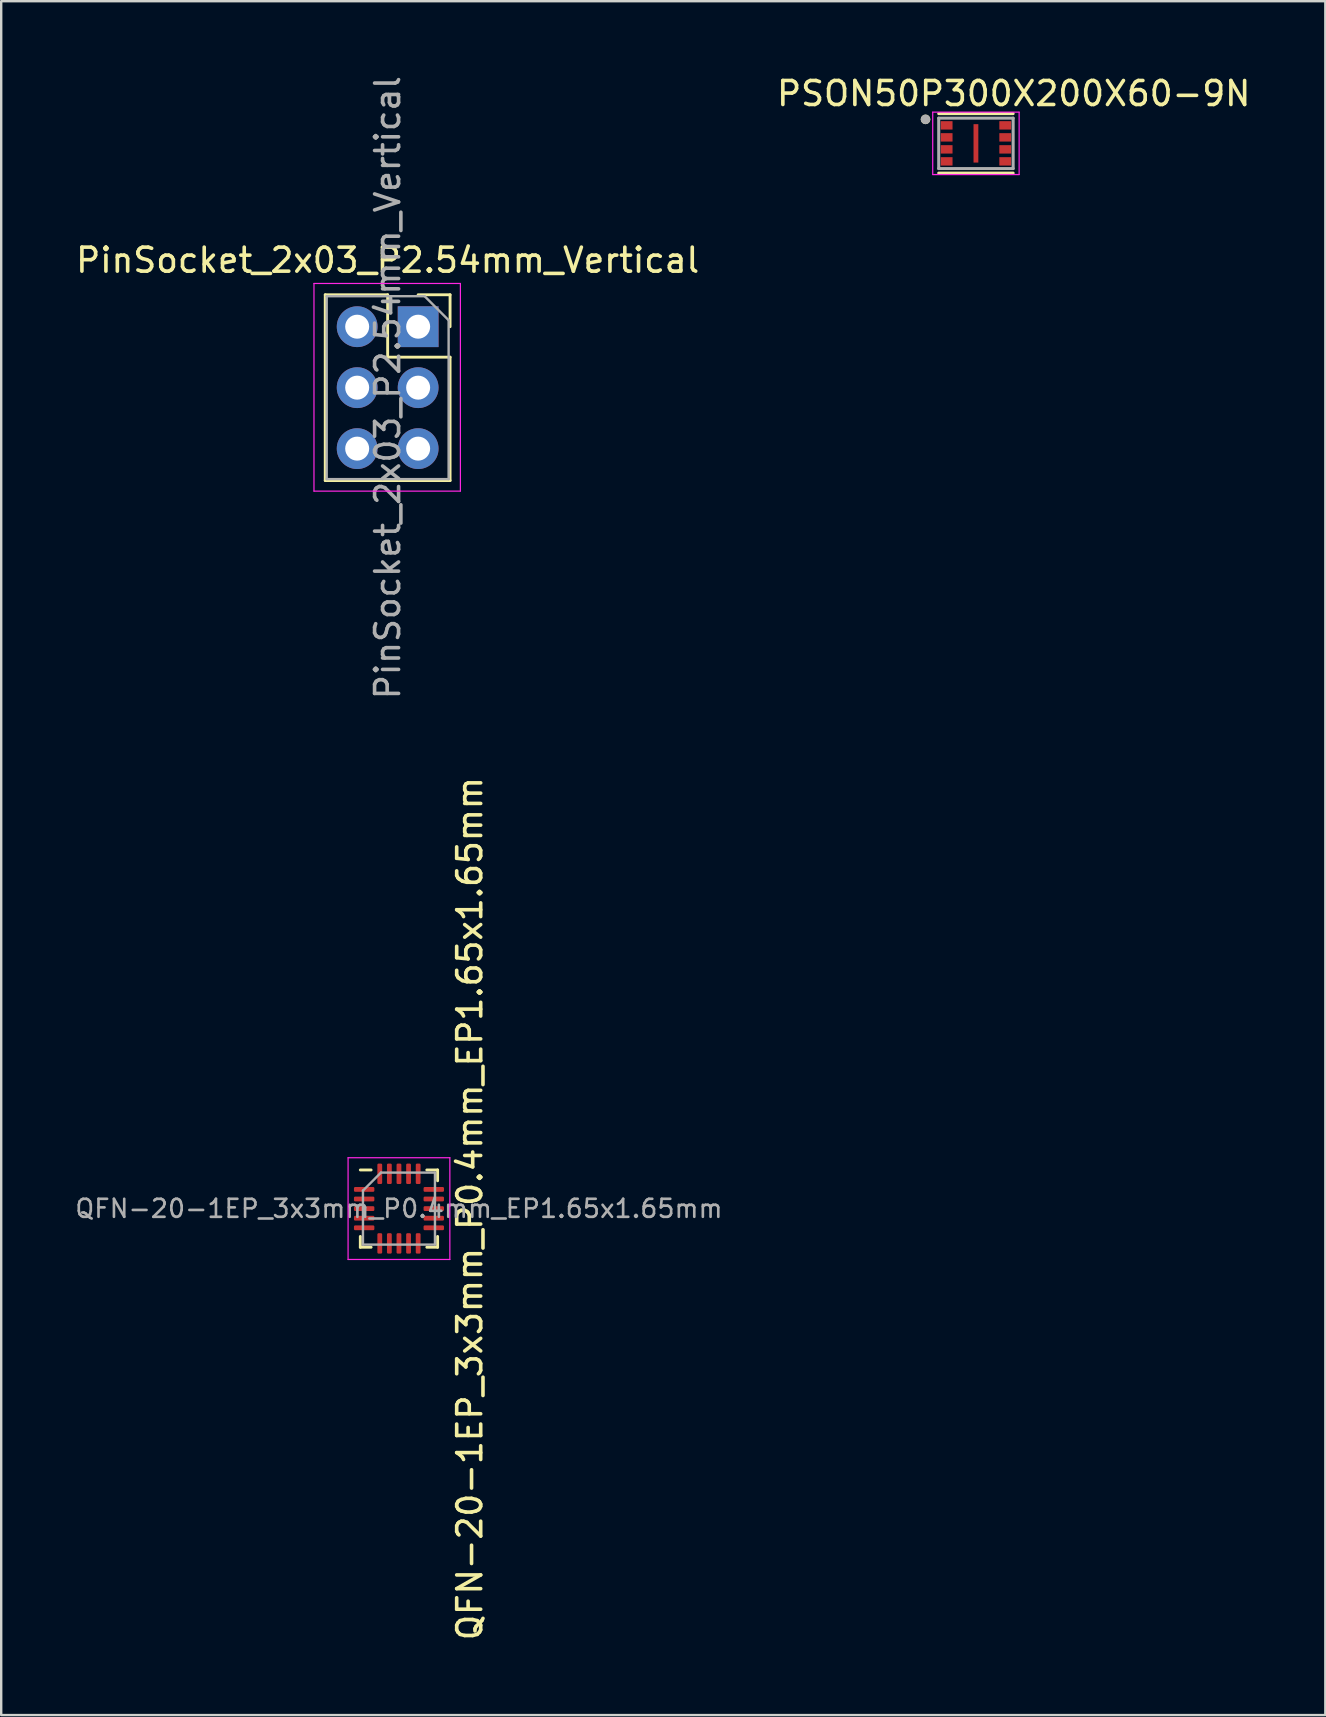
<source format=kicad_pcb>
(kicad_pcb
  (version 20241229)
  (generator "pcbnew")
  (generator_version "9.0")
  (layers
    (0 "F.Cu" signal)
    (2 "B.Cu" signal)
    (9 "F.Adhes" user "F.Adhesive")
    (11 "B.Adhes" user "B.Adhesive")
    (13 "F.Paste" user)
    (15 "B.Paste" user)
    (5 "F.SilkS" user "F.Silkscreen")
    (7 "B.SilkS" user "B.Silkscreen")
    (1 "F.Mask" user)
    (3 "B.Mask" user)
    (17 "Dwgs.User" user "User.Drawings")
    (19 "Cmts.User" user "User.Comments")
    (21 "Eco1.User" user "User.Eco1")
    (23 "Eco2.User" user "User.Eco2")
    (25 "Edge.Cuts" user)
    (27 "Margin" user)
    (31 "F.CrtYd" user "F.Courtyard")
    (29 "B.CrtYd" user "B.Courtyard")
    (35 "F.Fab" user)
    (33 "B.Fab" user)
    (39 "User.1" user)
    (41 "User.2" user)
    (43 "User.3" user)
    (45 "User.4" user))
  (footprint "QFN-20-1EP_3x3mm_P0.4mm_EP1.65x1.65mm"
    (layer "F.Cu")
    (at 13.572 47.304)
    (property "Reference" "QFN-20-1EP_3x3mm_P0.4mm_EP1.65x1.65mm" (at 2.95 0 270) (layer "F.SilkS") (effects (font (size 1 1) (thickness 0.15))))
    (attr smd)
    (fp_line (start -1.61 1.61) (end -1.61 1.16) (stroke (width 0.12) (type solid)) (layer "F.SilkS"))
    (fp_line (start -1.16 -1.61) (end -1.61 -1.61) (stroke (width 0.12) (type solid)) (layer "F.SilkS"))
    (fp_line (start -1.16 1.61) (end -1.61 1.61) (stroke (width 0.12) (type solid)) (layer "F.SilkS"))
    (fp_line (start 1.16 -1.61) (end 1.61 -1.61) (stroke (width 0.12) (type solid)) (layer "F.SilkS"))
    (fp_line (start 1.16 1.61) (end 1.61 1.61) (stroke (width 0.12) (type solid)) (layer "F.SilkS"))
    (fp_line (start 1.61 -1.61) (end 1.61 -1.16) (stroke (width 0.12) (type solid)) (layer "F.SilkS"))
    (fp_line (start 1.61 1.61) (end 1.61 1.16) (stroke (width 0.12) (type solid)) (layer "F.SilkS"))
    (fp_line (start -2.12 -2.12) (end -2.12 2.12) (stroke (width 0.05) (type solid)) (layer "F.CrtYd"))
    (fp_line (start -2.12 2.12) (end 2.12 2.12) (stroke (width 0.05) (type solid)) (layer "F.CrtYd"))
    (fp_line (start 2.12 -2.12) (end -2.12 -2.12) (stroke (width 0.05) (type solid)) (layer "F.CrtYd"))
    (fp_line (start 2.12 2.12) (end 2.12 -2.12) (stroke (width 0.05) (type solid)) (layer "F.CrtYd"))
    (fp_line (start -1.5 -0.75) (end -0.75 -1.5) (stroke (width 0.1) (type solid)) (layer "F.Fab"))
    (fp_line (start -1.5 1.5) (end -1.5 -0.75) (stroke (width 0.1) (type solid)) (layer "F.Fab"))
    (fp_line (start -0.75 -1.5) (end 1.5 -1.5) (stroke (width 0.1) (type solid)) (layer "F.Fab"))
    (fp_line (start 1.5 -1.5) (end 1.5 1.5) (stroke (width 0.1) (type solid)) (layer "F.Fab"))
    (fp_line (start 1.5 1.5) (end -1.5 1.5) (stroke (width 0.1) (type solid)) (layer "F.Fab"))
    (fp_text user "${REFERENCE}" (at 0 0 0) (layer "F.Fab") (effects (font (size 0.75 0.75) (thickness 0.11))))
    (pad "1" smd roundrect (at -1.45 -0.8) (size 0.85 0.2) (layers "F.Cu" "F.Mask" "F.Paste") (roundrect_rratio 0.25))
    (pad "2" smd roundrect (at -1.45 -0.4) (size 0.85 0.2) (layers "F.Cu" "F.Mask" "F.Paste") (roundrect_rratio 0.25))
    (pad "3" smd roundrect (at -1.45 0) (size 0.85 0.2) (layers "F.Cu" "F.Mask" "F.Paste") (roundrect_rratio 0.25))
    (pad "4" smd roundrect (at -1.45 0.4) (size 0.85 0.2) (layers "F.Cu" "F.Mask" "F.Paste") (roundrect_rratio 0.25))
    (pad "5" smd roundrect (at -1.45 0.8) (size 0.85 0.2) (layers "F.Cu" "F.Mask" "F.Paste") (roundrect_rratio 0.25))
    (pad "6" smd roundrect (at -0.8 1.45) (size 0.2 0.85) (layers "F.Cu" "F.Mask" "F.Paste") (roundrect_rratio 0.25))
    (pad "7" smd roundrect (at -0.4 1.45) (size 0.2 0.85) (layers "F.Cu" "F.Mask" "F.Paste") (roundrect_rratio 0.25))
    (pad "8" smd roundrect (at 0 1.45) (size 0.2 0.85) (layers "F.Cu" "F.Mask" "F.Paste") (roundrect_rratio 0.25))
    (pad "9" smd roundrect (at 0.4 1.45) (size 0.2 0.85) (layers "F.Cu" "F.Mask" "F.Paste") (roundrect_rratio 0.25))
    (pad "10" smd roundrect (at 0.8 1.45) (size 0.2 0.85) (layers "F.Cu" "F.Mask" "F.Paste") (roundrect_rratio 0.25))
    (pad "11" smd roundrect (at 1.45 0.8) (size 0.85 0.2) (layers "F.Cu" "F.Mask" "F.Paste") (roundrect_rratio 0.25))
    (pad "12" smd roundrect (at 1.45 0.4) (size 0.85 0.2) (layers "F.Cu" "F.Mask" "F.Paste") (roundrect_rratio 0.25))
    (pad "13" smd roundrect (at 1.45 0) (size 0.85 0.2) (layers "F.Cu" "F.Mask" "F.Paste") (roundrect_rratio 0.25))
    (pad "14" smd roundrect (at 1.45 -0.4) (size 0.85 0.2) (layers "F.Cu" "F.Mask" "F.Paste") (roundrect_rratio 0.25))
    (pad "15" smd roundrect (at 1.45 -0.8) (size 0.85 0.2) (layers "F.Cu" "F.Mask" "F.Paste") (roundrect_rratio 0.25))
    (pad "16" smd roundrect (at 0.8 -1.45) (size 0.2 0.85) (layers "F.Cu" "F.Mask" "F.Paste") (roundrect_rratio 0.25))
    (pad "17" smd roundrect (at 0.4 -1.45) (size 0.2 0.85) (layers "F.Cu" "F.Mask" "F.Paste") (roundrect_rratio 0.25))
    (pad "18" smd roundrect (at 0 -1.45) (size 0.2 0.85) (layers "F.Cu" "F.Mask" "F.Paste") (roundrect_rratio 0.25))
    (pad "19" smd roundrect (at -0.4 -1.45) (size 0.2 0.85) (layers "F.Cu" "F.Mask" "F.Paste") (roundrect_rratio 0.25))
    (pad "20" smd roundrect (at -0.8 -1.45) (size 0.2 0.85) (layers "F.Cu" "F.Mask" "F.Paste") (roundrect_rratio 0.25)))
  (footprint "PinSocket_2x03_P2.54mm_Vertical"
    (layer "F.Cu")
    (at 14.371 10.561)
    (property "Reference" "PinSocket_2x03_P2.54mm_Vertical" (at -1.27 -2.77 180) (layer "F.SilkS") (effects (font (size 1 1) (thickness 0.15))))
    (attr through_hole)
    (fp_line (start -3.87 -1.33) (end -3.87 6.41) (stroke (width 0.12) (type solid)) (layer "F.SilkS"))
    (fp_line (start -3.87 -1.33) (end -1.27 -1.33) (stroke (width 0.12) (type solid)) (layer "F.SilkS"))
    (fp_line (start -3.87 6.41) (end 1.33 6.41) (stroke (width 0.12) (type solid)) (layer "F.SilkS"))
    (fp_line (start -1.27 -1.33) (end -1.27 1.27) (stroke (width 0.12) (type solid)) (layer "F.SilkS"))
    (fp_line (start -1.27 1.27) (end 1.33 1.27) (stroke (width 0.12) (type solid)) (layer "F.SilkS"))
    (fp_line (start 0 -1.33) (end 1.33 -1.33) (stroke (width 0.12) (type solid)) (layer "F.SilkS"))
    (fp_line (start 1.33 -1.33) (end 1.33 0) (stroke (width 0.12) (type solid)) (layer "F.SilkS"))
    (fp_line (start 1.33 1.27) (end 1.33 6.41) (stroke (width 0.12) (type solid)) (layer "F.SilkS"))
    (fp_line (start -4.34 -1.8) (end 1.76 -1.8) (stroke (width 0.05) (type solid)) (layer "F.CrtYd"))
    (fp_line (start -4.34 6.85) (end -4.34 -1.8) (stroke (width 0.05) (type solid)) (layer "F.CrtYd"))
    (fp_line (start 1.76 -1.8) (end 1.76 6.85) (stroke (width 0.05) (type solid)) (layer "F.CrtYd"))
    (fp_line (start 1.76 6.85) (end -4.34 6.85) (stroke (width 0.05) (type solid)) (layer "F.CrtYd"))
    (fp_line (start -3.81 -1.27) (end 0.27 -1.27) (stroke (width 0.1) (type solid)) (layer "F.Fab"))
    (fp_line (start -3.81 6.35) (end -3.81 -1.27) (stroke (width 0.1) (type solid)) (layer "F.Fab"))
    (fp_line (start 0.27 -1.27) (end 1.27 -0.27) (stroke (width 0.1) (type solid)) (layer "F.Fab"))
    (fp_line (start 1.27 -0.27) (end 1.27 6.35) (stroke (width 0.1) (type solid)) (layer "F.Fab"))
    (fp_line (start 1.27 6.35) (end -3.81 6.35) (stroke (width 0.1) (type solid)) (layer "F.Fab"))
    (fp_text user "${REFERENCE}" (at -1.27 2.54 90) (layer "F.Fab") (effects (font (size 1 1) (thickness 0.15))))
    (pad "1" thru_hole rect (at 0 0) (size 1.7 1.7) (drill 1) (layers "*.Cu" "*.Mask"))
    (pad "2" thru_hole oval (at -2.54 0) (size 1.7 1.7) (drill 1) (layers "*.Cu" "*.Mask"))
    (pad "3" thru_hole oval (at 0 2.54) (size 1.7 1.7) (drill 1) (layers "*.Cu" "*.Mask"))
    (pad "4" thru_hole oval (at -2.54 2.54) (size 1.7 1.7) (drill 1) (layers "*.Cu" "*.Mask"))
    (pad "5" thru_hole oval (at 0 5.08) (size 1.7 1.7) (drill 1) (layers "*.Cu" "*.Mask"))
    (pad "6" thru_hole oval (at -2.54 5.08) (size 1.7 1.7) (drill 1) (layers "*.Cu" "*.Mask")))
  (footprint "PSON50P300X200X60-9N"
    (layer "F.Cu")
    (at 37.61 2.923)
    (property "Reference" "PSON50P300X200X60-9N" (at 1.575 -2.075 0) (layer "F.SilkS") (effects (font (size 1 1) (thickness 0.15))))
    (attr through_hole)
    (fp_line (start -1.55 -1.239) (end 1.55 -1.239) (stroke (width 0.127) (type solid)) (layer "F.SilkS"))
    (fp_line (start -1.55 1.239) (end 1.55 1.239) (stroke (width 0.127) (type solid)) (layer "F.SilkS"))
    (fp_circle (center -2.1 -1) (end -2 -1) (stroke (width 0.2) (type solid)) (fill no) (layer "F.SilkS"))
    (fp_line (start -1.8 -1.3) (end 1.8 -1.3) (stroke (width 0.05) (type solid)) (layer "F.CrtYd"))
    (fp_line (start -1.8 1.3) (end -1.8 -1.3) (stroke (width 0.05) (type solid)) (layer "F.CrtYd"))
    (fp_line (start 1.8 -1.3) (end 1.8 1.3) (stroke (width 0.05) (type solid)) (layer "F.CrtYd"))
    (fp_line (start 1.8 1.3) (end -1.8 1.3) (stroke (width 0.05) (type solid)) (layer "F.CrtYd"))
    (fp_line (start -1.55 -1.05) (end 1.55 -1.05) (stroke (width 0.127) (type solid)) (layer "F.Fab"))
    (fp_line (start -1.55 1.05) (end -1.55 -1.05) (stroke (width 0.127) (type solid)) (layer "F.Fab"))
    (fp_line (start 1.55 -1.05) (end 1.55 1.05) (stroke (width 0.127) (type solid)) (layer "F.Fab"))
    (fp_line (start 1.55 1.05) (end -1.55 1.05) (stroke (width 0.127) (type solid)) (layer "F.Fab"))
    (fp_circle (center -2.1 -1) (end -2 -1) (stroke (width 0.2) (type solid)) (fill no) (layer "F.Fab"))
    (pad "1" smd rect (at -1.22 -0.75) (size 0.49 0.35) (layers "F.Cu" "F.Mask" "F.Paste"))
    (pad "2" smd rect (at -1.22 -0.25) (size 0.49 0.35) (layers "F.Cu" "F.Mask" "F.Paste"))
    (pad "3" smd rect (at -1.22 0.25) (size 0.49 0.35) (layers "F.Cu" "F.Mask" "F.Paste"))
    (pad "4" smd rect (at -1.22 0.75) (size 0.49 0.35) (layers "F.Cu" "F.Mask" "F.Paste"))
    (pad "5" smd rect (at 1.22 0.75 180) (size 0.49 0.35) (layers "F.Cu" "F.Mask" "F.Paste"))
    (pad "6" smd rect (at 1.22 0.25 180) (size 0.49 0.35) (layers "F.Cu" "F.Mask" "F.Paste"))
    (pad "7" smd rect (at 1.22 -0.25 180) (size 0.49 0.35) (layers "F.Cu" "F.Mask" "F.Paste"))
    (pad "8" smd rect (at 1.22 -0.75 180) (size 0.49 0.35) (layers "F.Cu" "F.Mask" "F.Paste"))
    (pad "9" smd rect (at 0 0) (size 0.2 1.6) (layers "F.Cu" "F.Mask" "F.Paste")))
  (gr_rect
    (start -3 -3)
    (end 52.167 68.405)
    (stroke (width 0.1) (type default))
    (fill no)
    (layer "Edge.Cuts")))
</source>
